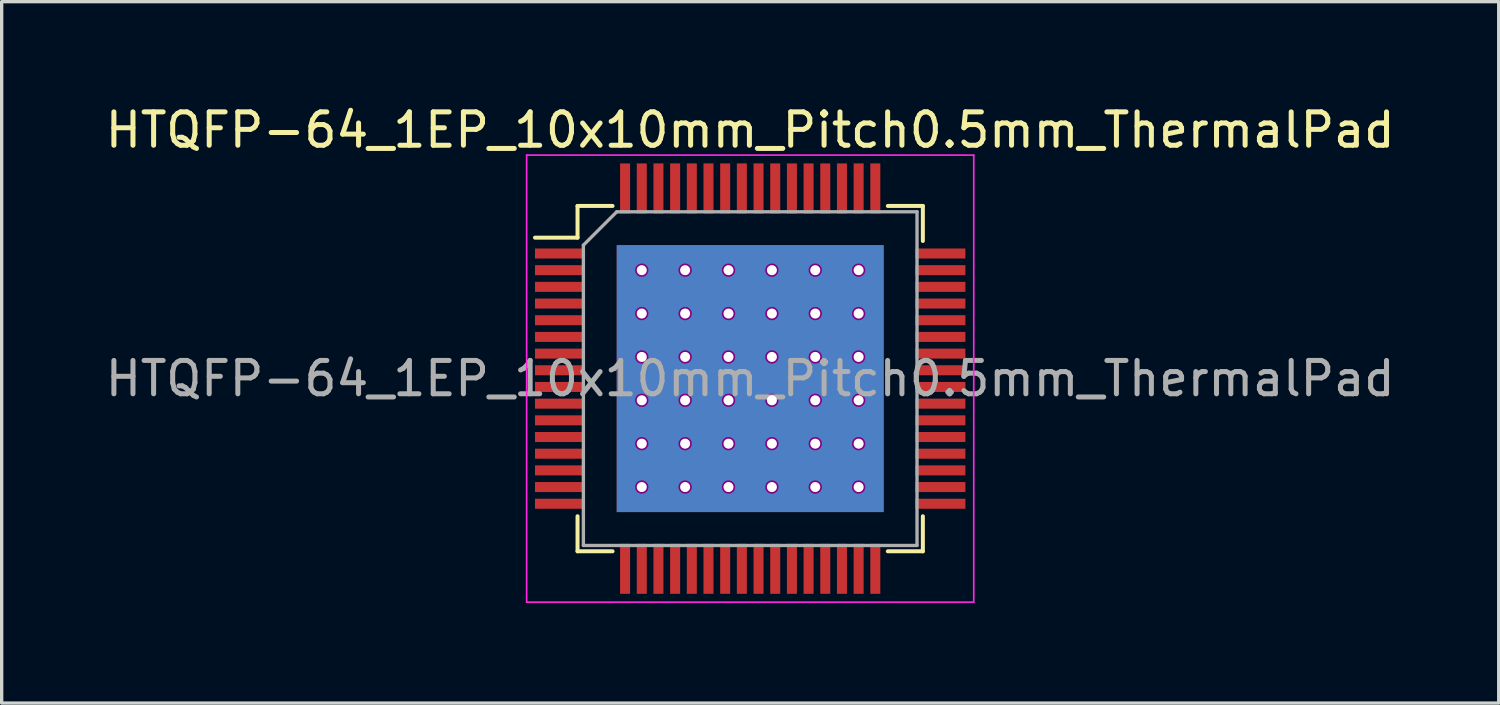
<source format=kicad_pcb>
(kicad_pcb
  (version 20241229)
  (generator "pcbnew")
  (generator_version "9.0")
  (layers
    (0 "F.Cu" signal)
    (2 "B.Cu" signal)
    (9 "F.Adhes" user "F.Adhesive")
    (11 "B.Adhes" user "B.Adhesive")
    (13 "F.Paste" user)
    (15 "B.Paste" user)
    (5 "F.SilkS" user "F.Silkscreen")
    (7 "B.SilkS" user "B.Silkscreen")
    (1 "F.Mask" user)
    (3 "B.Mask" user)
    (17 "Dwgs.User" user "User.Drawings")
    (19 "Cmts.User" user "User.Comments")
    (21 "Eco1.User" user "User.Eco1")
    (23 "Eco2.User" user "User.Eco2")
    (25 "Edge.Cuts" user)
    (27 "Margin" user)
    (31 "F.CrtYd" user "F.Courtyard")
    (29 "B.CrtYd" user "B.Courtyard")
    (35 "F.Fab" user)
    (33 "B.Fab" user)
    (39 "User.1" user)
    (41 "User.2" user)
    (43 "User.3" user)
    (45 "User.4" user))
  (footprint "HTQFP-64_1EP_10x10mm_Pitch0.5mm_ThermalPad"
    (layer "F.Cu")
    (at 19.435 8.298)
    (property "Reference" "HTQFP-64_1EP_10x10mm_Pitch0.5mm_ThermalPad" (at 0 -7.45 0) (layer "F.SilkS") (effects (font (size 1 1) (thickness 0.15))))
    (attr smd)
    (fp_line (start -5.175 -5.175) (end -5.175 -4.225) (stroke (width 0.12) (type solid)) (layer "F.SilkS"))
    (fp_line (start -5.175 -5.175) (end -4.125 -5.175) (stroke (width 0.12) (type solid)) (layer "F.SilkS"))
    (fp_line (start -5.175 -4.225) (end -6.45 -4.225) (stroke (width 0.12) (type solid)) (layer "F.SilkS"))
    (fp_line (start -5.175 5.175) (end -5.175 4.125) (stroke (width 0.12) (type solid)) (layer "F.SilkS"))
    (fp_line (start -5.175 5.175) (end -4.125 5.175) (stroke (width 0.12) (type solid)) (layer "F.SilkS"))
    (fp_line (start 5.175 -5.175) (end 4.125 -5.175) (stroke (width 0.12) (type solid)) (layer "F.SilkS"))
    (fp_line (start 5.175 -5.175) (end 5.175 -4.125) (stroke (width 0.12) (type solid)) (layer "F.SilkS"))
    (fp_line (start 5.175 5.175) (end 4.125 5.175) (stroke (width 0.12) (type solid)) (layer "F.SilkS"))
    (fp_line (start 5.175 5.175) (end 5.175 4.125) (stroke (width 0.12) (type solid)) (layer "F.SilkS"))
    (fp_line (start -6.7 -6.7) (end -6.7 6.7) (stroke (width 0.05) (type solid)) (layer "F.CrtYd"))
    (fp_line (start -6.7 -6.7) (end 6.7 -6.7) (stroke (width 0.05) (type solid)) (layer "F.CrtYd"))
    (fp_line (start -6.7 6.7) (end 6.7 6.7) (stroke (width 0.05) (type solid)) (layer "F.CrtYd"))
    (fp_line (start 6.7 -6.7) (end 6.7 6.7) (stroke (width 0.05) (type solid)) (layer "F.CrtYd"))
    (fp_line (start -5 -4) (end -4 -5) (stroke (width 0.1) (type solid)) (layer "F.Fab"))
    (fp_line (start -5 5) (end -5 -4) (stroke (width 0.1) (type solid)) (layer "F.Fab"))
    (fp_line (start -4 -5) (end 5 -5) (stroke (width 0.1) (type solid)) (layer "F.Fab"))
    (fp_line (start 5 -5) (end 5 5) (stroke (width 0.1) (type solid)) (layer "F.Fab"))
    (fp_line (start 5 5) (end -5 5) (stroke (width 0.1) (type solid)) (layer "F.Fab"))
    (fp_text user "${REFERENCE}" (at 0 0 0) (layer "F.Fab") (effects (font (size 1 1) (thickness 0.15))))
    (pad "1" smd rect (at -5.7 -3.75) (size 1.5 0.3) (layers "F.Cu" "F.Mask" "F.Paste"))
    (pad "2" smd rect (at -5.7 -3.25) (size 1.5 0.3) (layers "F.Cu" "F.Mask" "F.Paste"))
    (pad "3" smd rect (at -5.7 -2.75) (size 1.5 0.3) (layers "F.Cu" "F.Mask" "F.Paste"))
    (pad "4" smd rect (at -5.7 -2.25) (size 1.5 0.3) (layers "F.Cu" "F.Mask" "F.Paste"))
    (pad "5" smd rect (at -5.7 -1.75) (size 1.5 0.3) (layers "F.Cu" "F.Mask" "F.Paste"))
    (pad "6" smd rect (at -5.7 -1.25) (size 1.5 0.3) (layers "F.Cu" "F.Mask" "F.Paste"))
    (pad "7" smd rect (at -5.7 -0.75) (size 1.5 0.3) (layers "F.Cu" "F.Mask" "F.Paste"))
    (pad "8" smd rect (at -5.7 -0.25) (size 1.5 0.3) (layers "F.Cu" "F.Mask" "F.Paste"))
    (pad "9" smd rect (at -5.7 0.25) (size 1.5 0.3) (layers "F.Cu" "F.Mask" "F.Paste"))
    (pad "10" smd rect (at -5.7 0.75) (size 1.5 0.3) (layers "F.Cu" "F.Mask" "F.Paste"))
    (pad "11" smd rect (at -5.7 1.25) (size 1.5 0.3) (layers "F.Cu" "F.Mask" "F.Paste"))
    (pad "12" smd rect (at -5.7 1.75) (size 1.5 0.3) (layers "F.Cu" "F.Mask" "F.Paste"))
    (pad "13" smd rect (at -5.7 2.25) (size 1.5 0.3) (layers "F.Cu" "F.Mask" "F.Paste"))
    (pad "14" smd rect (at -5.7 2.75) (size 1.5 0.3) (layers "F.Cu" "F.Mask" "F.Paste"))
    (pad "15" smd rect (at -5.7 3.25) (size 1.5 0.3) (layers "F.Cu" "F.Mask" "F.Paste"))
    (pad "16" smd rect (at -5.7 3.75) (size 1.5 0.3) (layers "F.Cu" "F.Mask" "F.Paste"))
    (pad "17" smd rect (at -3.75 5.7 90) (size 1.5 0.3) (layers "F.Cu" "F.Mask" "F.Paste"))
    (pad "18" smd rect (at -3.25 5.7 90) (size 1.5 0.3) (layers "F.Cu" "F.Mask" "F.Paste"))
    (pad "19" smd rect (at -2.75 5.7 90) (size 1.5 0.3) (layers "F.Cu" "F.Mask" "F.Paste"))
    (pad "20" smd rect (at -2.25 5.7 90) (size 1.5 0.3) (layers "F.Cu" "F.Mask" "F.Paste"))
    (pad "21" smd rect (at -1.75 5.7 90) (size 1.5 0.3) (layers "F.Cu" "F.Mask" "F.Paste"))
    (pad "22" smd rect (at -1.25 5.7 90) (size 1.5 0.3) (layers "F.Cu" "F.Mask" "F.Paste"))
    (pad "23" smd rect (at -0.75 5.7 90) (size 1.5 0.3) (layers "F.Cu" "F.Mask" "F.Paste"))
    (pad "24" smd rect (at -0.25 5.7 90) (size 1.5 0.3) (layers "F.Cu" "F.Mask" "F.Paste"))
    (pad "25" smd rect (at 0.25 5.7 90) (size 1.5 0.3) (layers "F.Cu" "F.Mask" "F.Paste"))
    (pad "26" smd rect (at 0.75 5.7 90) (size 1.5 0.3) (layers "F.Cu" "F.Mask" "F.Paste"))
    (pad "27" smd rect (at 1.25 5.7 90) (size 1.5 0.3) (layers "F.Cu" "F.Mask" "F.Paste"))
    (pad "28" smd rect (at 1.75 5.7 90) (size 1.5 0.3) (layers "F.Cu" "F.Mask" "F.Paste"))
    (pad "29" smd rect (at 2.25 5.7 90) (size 1.5 0.3) (layers "F.Cu" "F.Mask" "F.Paste"))
    (pad "30" smd rect (at 2.75 5.7 90) (size 1.5 0.3) (layers "F.Cu" "F.Mask" "F.Paste"))
    (pad "31" smd rect (at 3.25 5.7 90) (size 1.5 0.3) (layers "F.Cu" "F.Mask" "F.Paste"))
    (pad "32" smd rect (at 3.75 5.7 90) (size 1.5 0.3) (layers "F.Cu" "F.Mask" "F.Paste"))
    (pad "33" smd rect (at 5.7 3.75) (size 1.5 0.3) (layers "F.Cu" "F.Mask" "F.Paste"))
    (pad "34" smd rect (at 5.7 3.25) (size 1.5 0.3) (layers "F.Cu" "F.Mask" "F.Paste"))
    (pad "35" smd rect (at 5.7 2.75) (size 1.5 0.3) (layers "F.Cu" "F.Mask" "F.Paste"))
    (pad "36" smd rect (at 5.7 2.25) (size 1.5 0.3) (layers "F.Cu" "F.Mask" "F.Paste"))
    (pad "37" smd rect (at 5.7 1.75) (size 1.5 0.3) (layers "F.Cu" "F.Mask" "F.Paste"))
    (pad "38" smd rect (at 5.7 1.25) (size 1.5 0.3) (layers "F.Cu" "F.Mask" "F.Paste"))
    (pad "39" smd rect (at 5.7 0.75) (size 1.5 0.3) (layers "F.Cu" "F.Mask" "F.Paste"))
    (pad "40" smd rect (at 5.7 0.25) (size 1.5 0.3) (layers "F.Cu" "F.Mask" "F.Paste"))
    (pad "41" smd rect (at 5.7 -0.25) (size 1.5 0.3) (layers "F.Cu" "F.Mask" "F.Paste"))
    (pad "42" smd rect (at 5.7 -0.75) (size 1.5 0.3) (layers "F.Cu" "F.Mask" "F.Paste"))
    (pad "43" smd rect (at 5.7 -1.25) (size 1.5 0.3) (layers "F.Cu" "F.Mask" "F.Paste"))
    (pad "44" smd rect (at 5.7 -1.75) (size 1.5 0.3) (layers "F.Cu" "F.Mask" "F.Paste"))
    (pad "45" smd rect (at 5.7 -2.25) (size 1.5 0.3) (layers "F.Cu" "F.Mask" "F.Paste"))
    (pad "46" smd rect (at 5.7 -2.75) (size 1.5 0.3) (layers "F.Cu" "F.Mask" "F.Paste"))
    (pad "47" smd rect (at 5.7 -3.25) (size 1.5 0.3) (layers "F.Cu" "F.Mask" "F.Paste"))
    (pad "48" smd rect (at 5.7 -3.75) (size 1.5 0.3) (layers "F.Cu" "F.Mask" "F.Paste"))
    (pad "49" smd rect (at 3.75 -5.7 90) (size 1.5 0.3) (layers "F.Cu" "F.Mask" "F.Paste"))
    (pad "50" smd rect (at 3.25 -5.7 90) (size 1.5 0.3) (layers "F.Cu" "F.Mask" "F.Paste"))
    (pad "51" smd rect (at 2.75 -5.7 90) (size 1.5 0.3) (layers "F.Cu" "F.Mask" "F.Paste"))
    (pad "52" smd rect (at 2.25 -5.7 90) (size 1.5 0.3) (layers "F.Cu" "F.Mask" "F.Paste"))
    (pad "53" smd rect (at 1.75 -5.7 90) (size 1.5 0.3) (layers "F.Cu" "F.Mask" "F.Paste"))
    (pad "54" smd rect (at 1.25 -5.7 90) (size 1.5 0.3) (layers "F.Cu" "F.Mask" "F.Paste"))
    (pad "55" smd rect (at 0.75 -5.7 90) (size 1.5 0.3) (layers "F.Cu" "F.Mask" "F.Paste"))
    (pad "56" smd rect (at 0.25 -5.7 90) (size 1.5 0.3) (layers "F.Cu" "F.Mask" "F.Paste"))
    (pad "57" smd rect (at -0.25 -5.7 90) (size 1.5 0.3) (layers "F.Cu" "F.Mask" "F.Paste"))
    (pad "58" smd rect (at -0.75 -5.7 90) (size 1.5 0.3) (layers "F.Cu" "F.Mask" "F.Paste"))
    (pad "59" smd rect (at -1.25 -5.7 90) (size 1.5 0.3) (layers "F.Cu" "F.Mask" "F.Paste"))
    (pad "60" smd rect (at -1.75 -5.7 90) (size 1.5 0.3) (layers "F.Cu" "F.Mask" "F.Paste"))
    (pad "61" smd rect (at -2.25 -5.7 90) (size 1.5 0.3) (layers "F.Cu" "F.Mask" "F.Paste"))
    (pad "62" smd rect (at -2.75 -5.7 90) (size 1.5 0.3) (layers "F.Cu" "F.Mask" "F.Paste"))
    (pad "63" smd rect (at -3.25 -5.7 90) (size 1.5 0.3) (layers "F.Cu" "F.Mask" "F.Paste"))
    (pad "64" smd rect (at -3.75 -5.7 90) (size 1.5 0.3) (layers "F.Cu" "F.Mask" "F.Paste"))
    (pad "65" thru_hole circle (at -3.25 -3.25 90) (size 0.4 0.4) (drill 0.3) (layers "*.Cu" "F.Adhes"))
    (pad "65" thru_hole circle (at -3.25 -1.95 90) (size 0.4 0.4) (drill 0.3) (layers "*.Cu" "F.Adhes"))
    (pad "65" thru_hole circle (at -3.25 -0.65 90) (size 0.4 0.4) (drill 0.3) (layers "*.Cu" "F.Adhes"))
    (pad "65" thru_hole circle (at -3.25 0.65 90) (size 0.4 0.4) (drill 0.3) (layers "*.Cu" "F.Adhes"))
    (pad "65" thru_hole circle (at -3.25 1.95 90) (size 0.4 0.4) (drill 0.3) (layers "*.Cu" "F.Adhes"))
    (pad "65" thru_hole circle (at -3.25 3.25 90) (size 0.4 0.4) (drill 0.3) (layers "*.Cu" "F.Adhes"))
    (pad "65" thru_hole circle (at -1.95 -3.25 90) (size 0.4 0.4) (drill 0.3) (layers "*.Cu" "F.Adhes"))
    (pad "65" thru_hole circle (at -1.95 -1.95 90) (size 0.4 0.4) (drill 0.3) (layers "*.Cu" "F.Adhes"))
    (pad "65" thru_hole circle (at -1.95 -0.65 90) (size 0.4 0.4) (drill 0.3) (layers "*.Cu" "F.Adhes"))
    (pad "65" thru_hole circle (at -1.95 0.65 90) (size 0.4 0.4) (drill 0.3) (layers "*.Cu" "F.Adhes"))
    (pad "65" thru_hole circle (at -1.95 1.95 90) (size 0.4 0.4) (drill 0.3) (layers "*.Cu" "F.Adhes"))
    (pad "65" thru_hole circle (at -1.95 3.25 90) (size 0.4 0.4) (drill 0.3) (layers "*.Cu" "F.Adhes"))
    (pad "65" thru_hole circle (at -0.65 -3.25 90) (size 0.4 0.4) (drill 0.3) (layers "*.Cu" "F.Adhes"))
    (pad "65" thru_hole circle (at -0.65 -1.95 90) (size 0.4 0.4) (drill 0.3) (layers "*.Cu" "F.Adhes"))
    (pad "65" thru_hole circle (at -0.65 -0.65 90) (size 0.4 0.4) (drill 0.3) (layers "*.Cu" "F.Adhes"))
    (pad "65" thru_hole circle (at -0.65 0.65 90) (size 0.4 0.4) (drill 0.3) (layers "*.Cu" "F.Adhes"))
    (pad "65" thru_hole circle (at -0.65 1.95 90) (size 0.4 0.4) (drill 0.3) (layers "*.Cu" "F.Adhes"))
    (pad "65" thru_hole circle (at -0.65 3.25 90) (size 0.4 0.4) (drill 0.3) (layers "*.Cu" "F.Adhes"))
    (pad "65" smd rect (at 0 0 180) (size 8 8) (layers "F.Cu" "F.Mask" "F.Paste"))
    (pad "65" smd rect (at 0 0 180) (size 8 8) (layers "B.Cu"))
    (pad "65" thru_hole circle (at 0.65 -3.25 90) (size 0.4 0.4) (drill 0.3) (layers "*.Cu" "F.Adhes"))
    (pad "65" thru_hole circle (at 0.65 -1.95 90) (size 0.4 0.4) (drill 0.3) (layers "*.Cu" "F.Adhes"))
    (pad "65" thru_hole circle (at 0.65 -0.65 90) (size 0.4 0.4) (drill 0.3) (layers "*.Cu" "F.Adhes"))
    (pad "65" thru_hole circle (at 0.65 0.65 90) (size 0.4 0.4) (drill 0.3) (layers "*.Cu" "F.Adhes"))
    (pad "65" thru_hole circle (at 0.65 1.95 90) (size 0.4 0.4) (drill 0.3) (layers "*.Cu" "F.Adhes"))
    (pad "65" thru_hole circle (at 0.65 3.25 90) (size 0.4 0.4) (drill 0.3) (layers "*.Cu" "F.Adhes"))
    (pad "65" thru_hole circle (at 1.95 -3.25 90) (size 0.4 0.4) (drill 0.3) (layers "*.Cu" "F.Adhes"))
    (pad "65" thru_hole circle (at 1.95 -1.95 90) (size 0.4 0.4) (drill 0.3) (layers "*.Cu" "F.Adhes"))
    (pad "65" thru_hole circle (at 1.95 -0.65 90) (size 0.4 0.4) (drill 0.3) (layers "*.Cu" "F.Adhes"))
    (pad "65" thru_hole circle (at 1.95 0.65 90) (size 0.4 0.4) (drill 0.3) (layers "*.Cu" "F.Adhes"))
    (pad "65" thru_hole circle (at 1.95 1.95 90) (size 0.4 0.4) (drill 0.3) (layers "*.Cu" "F.Adhes"))
    (pad "65" thru_hole circle (at 1.95 3.25 90) (size 0.4 0.4) (drill 0.3) (layers "*.Cu" "F.Adhes"))
    (pad "65" thru_hole circle (at 3.25 -3.25 90) (size 0.4 0.4) (drill 0.3) (layers "*.Cu" "F.Adhes"))
    (pad "65" thru_hole circle (at 3.25 -1.95 90) (size 0.4 0.4) (drill 0.3) (layers "*.Cu" "F.Adhes"))
    (pad "65" thru_hole circle (at 3.25 -0.65 90) (size 0.4 0.4) (drill 0.3) (layers "*.Cu" "F.Adhes"))
    (pad "65" thru_hole circle (at 3.25 0.65 90) (size 0.4 0.4) (drill 0.3) (layers "*.Cu" "F.Adhes"))
    (pad "65" thru_hole circle (at 3.25 1.95 90) (size 0.4 0.4) (drill 0.3) (layers "*.Cu" "F.Adhes"))
    (pad "65" thru_hole circle (at 3.25 3.25 90) (size 0.4 0.4) (drill 0.3) (layers "*.Cu" "F.Adhes")))
  (gr_rect
    (start -3 -3)
    (end 41.869 18.023)
    (stroke (width 0.1) (type default))
    (fill no)
    (layer "Edge.Cuts")))
</source>
